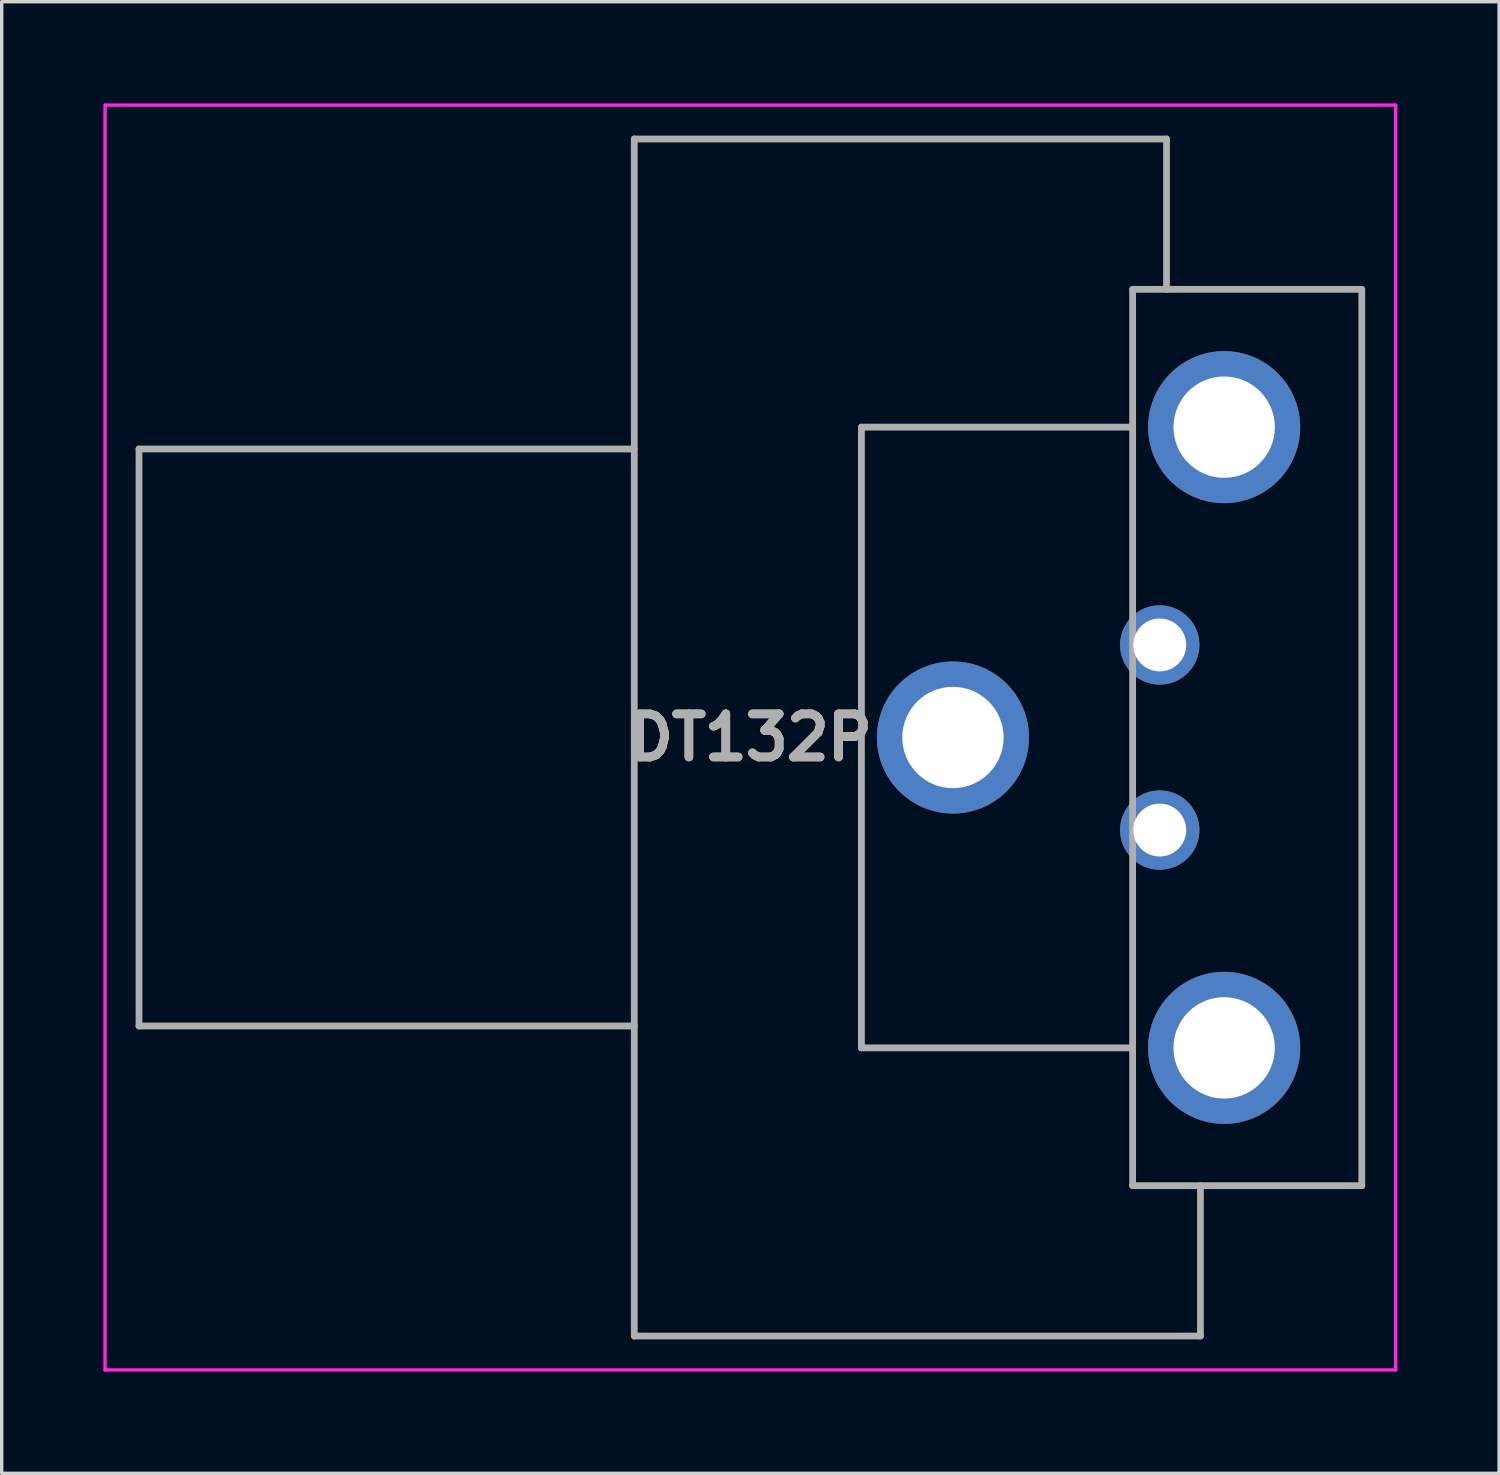
<source format=kicad_pcb>
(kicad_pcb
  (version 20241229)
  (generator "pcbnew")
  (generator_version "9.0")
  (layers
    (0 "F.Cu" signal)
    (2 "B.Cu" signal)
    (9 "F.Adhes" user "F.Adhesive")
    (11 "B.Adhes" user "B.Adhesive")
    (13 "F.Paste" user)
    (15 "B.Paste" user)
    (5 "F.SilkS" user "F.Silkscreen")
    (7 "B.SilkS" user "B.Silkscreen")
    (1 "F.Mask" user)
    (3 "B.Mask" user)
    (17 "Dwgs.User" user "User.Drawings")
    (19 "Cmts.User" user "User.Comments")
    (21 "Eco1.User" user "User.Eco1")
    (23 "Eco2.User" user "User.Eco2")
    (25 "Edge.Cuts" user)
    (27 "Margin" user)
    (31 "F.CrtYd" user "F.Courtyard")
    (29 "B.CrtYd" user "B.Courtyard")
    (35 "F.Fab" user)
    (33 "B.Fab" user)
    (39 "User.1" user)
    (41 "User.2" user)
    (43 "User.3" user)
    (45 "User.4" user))
  (footprint "DT132P"
    (layer "F.Cu")
    (at 31.16 15.975)
    (property "Reference" "DT132P" (at -12.075 2.73 0) (layer "F.SilkS") (effects (font (size 1.27 1.27) (thickness 0.254))))
    (attr through_hole)
    (fp_line (start -30.11 -5.78) (end -15.5 -5.78) (stroke (width 0.1) (type solid)) (layer "F.SilkS"))
    (fp_line (start -30.11 11.23) (end -30.11 -5.78) (stroke (width 0.1) (type solid)) (layer "F.SilkS"))
    (fp_line (start -15.5 -14.925) (end 0.2 -14.925) (stroke (width 0.1) (type solid)) (layer "F.SilkS"))
    (fp_line (start -15.5 -5.78) (end -15.5 -14.925) (stroke (width 0.1) (type solid)) (layer "F.SilkS"))
    (fp_line (start -15.5 11.23) (end -30.11 11.23) (stroke (width 0.1) (type solid)) (layer "F.SilkS"))
    (fp_line (start -15.5 20.385) (end -15.5 11.23) (stroke (width 0.1) (type solid)) (layer "F.SilkS"))
    (fp_line (start 0.2 -14.925) (end 0.2 -10.49) (stroke (width 0.1) (type solid)) (layer "F.SilkS"))
    (fp_line (start 0.2 -10.49) (end 5.96 -10.49) (stroke (width 0.1) (type solid)) (layer "F.SilkS"))
    (fp_line (start 1.2 15.95) (end 1.2 20.385) (stroke (width 0.1) (type solid)) (layer "F.SilkS"))
    (fp_line (start 1.2 20.385) (end -15.5 20.385) (stroke (width 0.1) (type solid)) (layer "F.SilkS"))
    (fp_line (start 5.96 -10.49) (end 5.96 15.95) (stroke (width 0.1) (type solid)) (layer "F.SilkS"))
    (fp_line (start 5.96 15.95) (end 1.2 15.95) (stroke (width 0.1) (type solid)) (layer "F.SilkS"))
    (fp_line (start -31.11 -15.925) (end 6.96 -15.925) (stroke (width 0.1) (type solid)) (layer "F.CrtYd"))
    (fp_line (start -31.11 21.385) (end -31.11 -15.925) (stroke (width 0.1) (type solid)) (layer "F.CrtYd"))
    (fp_line (start 6.96 -15.925) (end 6.96 21.385) (stroke (width 0.1) (type solid)) (layer "F.CrtYd"))
    (fp_line (start 6.96 21.385) (end -31.11 21.385) (stroke (width 0.1) (type solid)) (layer "F.CrtYd"))
    (fp_line (start -30.11 -5.78) (end -15.5 -5.78) (stroke (width 0.2) (type solid)) (layer "F.Fab"))
    (fp_line (start -30.11 11.24) (end -30.11 -5.78) (stroke (width 0.2) (type solid)) (layer "F.Fab"))
    (fp_line (start -15.5 -14.925) (end -15.5 20.385) (stroke (width 0.2) (type solid)) (layer "F.Fab"))
    (fp_line (start -15.5 11.24) (end -30.11 11.24) (stroke (width 0.2) (type solid)) (layer "F.Fab"))
    (fp_line (start -15.5 20.385) (end 1.2 20.385) (stroke (width 0.2) (type solid)) (layer "F.Fab"))
    (fp_line (start -8.8 -6.425) (end -8.8 11.885) (stroke (width 0.2) (type solid)) (layer "F.Fab"))
    (fp_line (start -8.8 11.885) (end -0.8 11.885) (stroke (width 0.2) (type solid)) (layer "F.Fab"))
    (fp_line (start -0.8 -10.49) (end 5.96 -10.49) (stroke (width 0.2) (type solid)) (layer "F.Fab"))
    (fp_line (start -0.8 -6.425) (end -8.8 -6.425) (stroke (width 0.2) (type solid)) (layer "F.Fab"))
    (fp_line (start -0.8 15.95) (end -0.8 -10.49) (stroke (width 0.2) (type solid)) (layer "F.Fab"))
    (fp_line (start 0.2 -14.925) (end -15.5 -14.925) (stroke (width 0.2) (type solid)) (layer "F.Fab"))
    (fp_line (start 0.2 -10.49) (end 0.2 -14.925) (stroke (width 0.2) (type solid)) (layer "F.Fab"))
    (fp_line (start 1.2 20.385) (end 1.2 15.95) (stroke (width 0.2) (type solid)) (layer "F.Fab"))
    (fp_line (start 5.96 -10.49) (end 5.96 15.95) (stroke (width 0.2) (type solid)) (layer "F.Fab"))
    (fp_line (start 5.96 15.95) (end -0.8 15.95) (stroke (width 0.2) (type solid)) (layer "F.Fab"))
    (fp_text user "${REFERENCE}" (at -12.075 2.73 0) (layer "F.Fab") (effects (font (size 1.27 1.27) (thickness 0.254))))
    (pad "1" thru_hole circle (at 0 0) (size 2.34 2.34) (drill 1.56) (layers "*.Cu" "*.Mask"))
    (pad "2" thru_hole circle (at 0 5.46) (size 2.34 2.34) (drill 1.56) (layers "*.Cu" "*.Mask"))
    (pad "3" thru_hole circle (at 1.9 -6.425) (size 4.485 4.485) (drill 2.99) (layers "*.Cu" "*.Mask"))
    (pad "4" thru_hole circle (at 1.9 11.885) (size 4.485 4.485) (drill 2.99) (layers "*.Cu" "*.Mask"))
    (pad "5" thru_hole circle (at -6.1 2.73) (size 4.485 4.485) (drill 2.99) (layers "*.Cu" "*.Mask")))
  (gr_rect
    (start -3 -3)
    (end 41.17 40.41)
    (stroke (width 0.1) (type default))
    (fill no)
    (layer "Edge.Cuts")))
</source>
